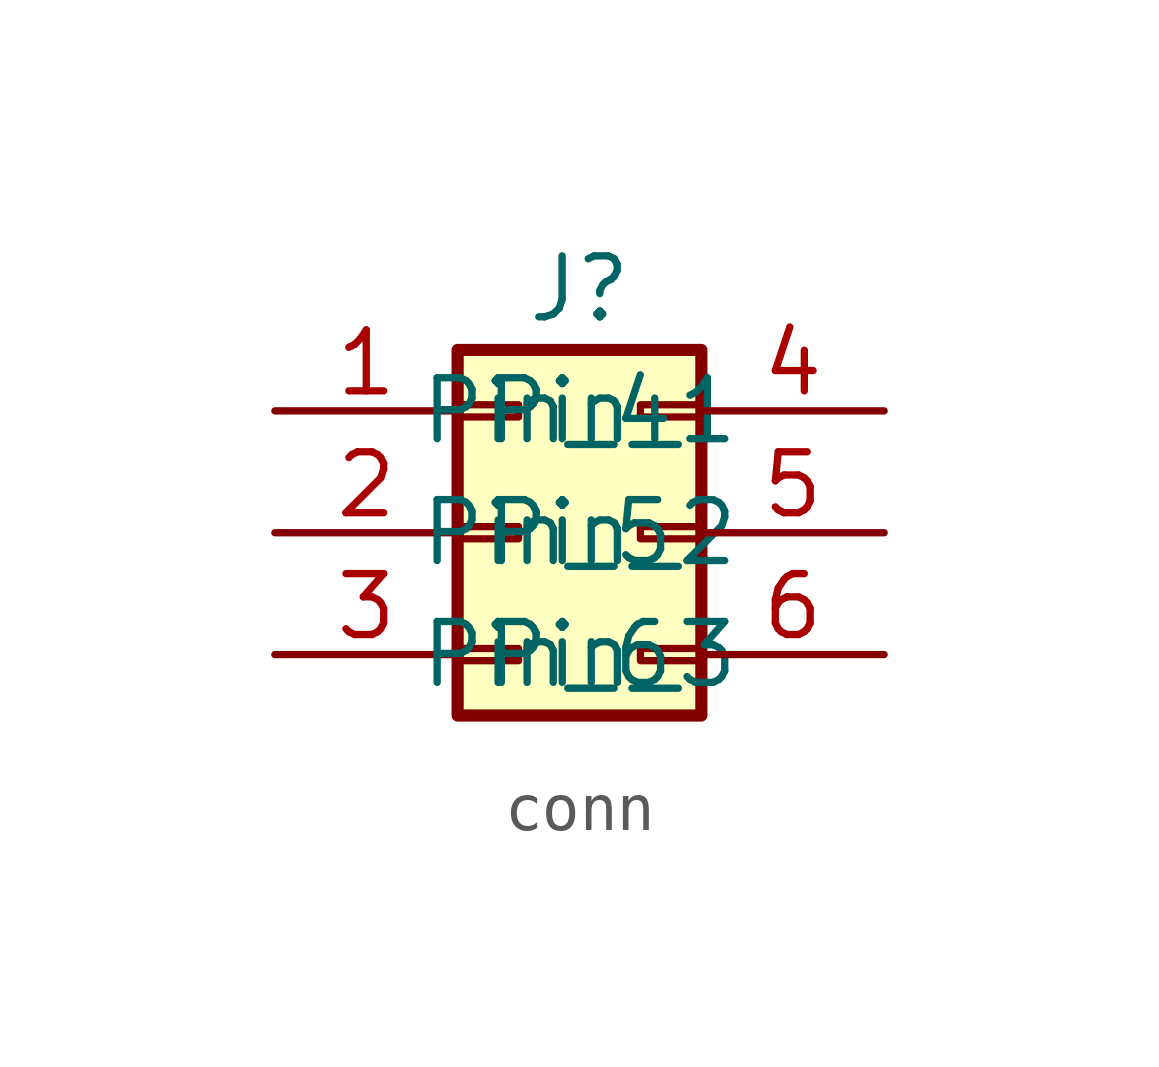
<source format=kicad_sym>
(kicad_symbol_lib
  (version 20220914)
  (generator kicad_symbol_editor)
  (symbol "conn"
    (property "Reference" "J"
      (at 0 5.08 0)
      (effects (font (size 1.27 1.27))))
    (property "Value" ""
      (at 0 0 0)
      (effects (font (size 1.27 1.27))))
    (symbol "conn_1_1"
      (rectangle (start -2.54 -2.413) (end -1.27 -2.667) (stroke (width 0.152) (type default)) (fill (type none)))
      (rectangle (start -2.54 0.127) (end -1.27 -0.127) (stroke (width 0.152) (type default)) (fill (type none)))
      (rectangle (start -2.54 2.667) (end -1.27 2.413) (stroke (width 0.152) (type default)) (fill (type none)))
      (rectangle (start -2.54 3.81) (end 2.54 -3.81) (stroke (width 0.254) (type default)) (fill (type background)))
      (rectangle (start 2.54 -2.413) (end 1.27 -2.667) (stroke (width 0.152) (type default)) (fill (type none)))
      (rectangle (start 2.54 0.127) (end 1.27 -0.127) (stroke (width 0.152) (type default)) (fill (type none)))
      (rectangle (start 2.54 2.667) (end 1.27 2.413) (stroke (width 0.152) (type default)) (fill (type none)))
      (pin passive line (at -6.35 2.54 0) (length 3.81) (name "Pin_1" (effects (font (size 1.27 1.27)))) (number "1" (effects (font (size 1.27 1.27)))))
      (pin passive line (at -6.35 0 0) (length 3.81) (name "Pin_2" (effects (font (size 1.27 1.27)))) (number "2" (effects (font (size 1.27 1.27)))))
      (pin passive line (at -6.35 -2.54 0) (length 3.81) (name "Pin_3" (effects (font (size 1.27 1.27)))) (number "3" (effects (font (size 1.27 1.27)))))
      (pin passive line (at 6.35 2.54 180) (length 3.81) (name "Pin_4" (effects (font (size 1.27 1.27)))) (number "4" (effects (font (size 1.27 1.27)))))
      (pin passive line (at 6.35 0 180) (length 3.81) (name "Pin_5" (effects (font (size 1.27 1.27)))) (number "5" (effects (font (size 1.27 1.27)))))
      (pin passive line (at 6.35 -2.54 180) (length 3.81) (name "Pin_6" (effects (font (size 1.27 1.27)))) (number "6" (effects (font (size 1.27 1.27))))))))
</source>
